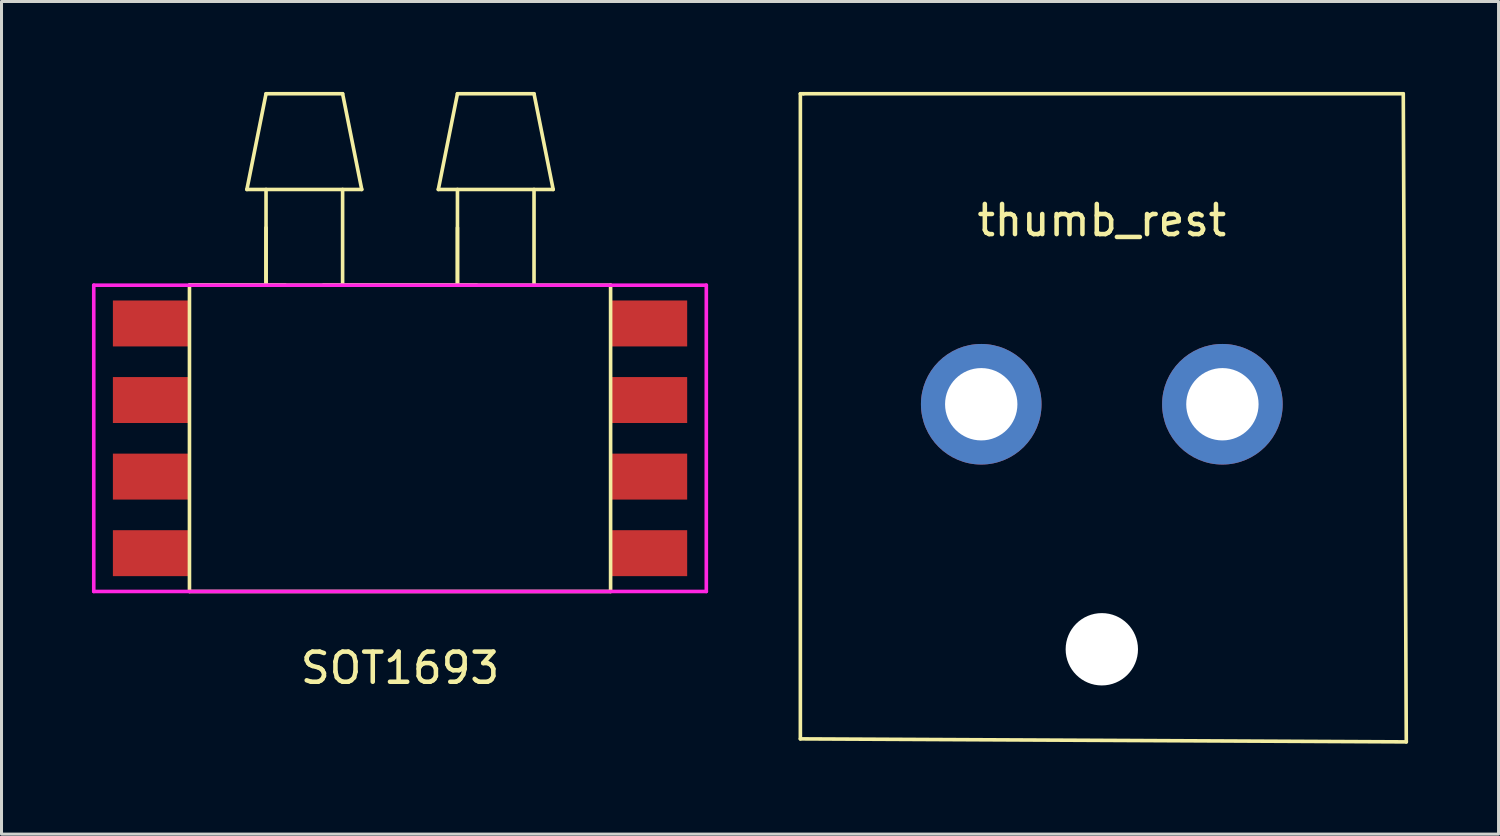
<source format=kicad_pcb>
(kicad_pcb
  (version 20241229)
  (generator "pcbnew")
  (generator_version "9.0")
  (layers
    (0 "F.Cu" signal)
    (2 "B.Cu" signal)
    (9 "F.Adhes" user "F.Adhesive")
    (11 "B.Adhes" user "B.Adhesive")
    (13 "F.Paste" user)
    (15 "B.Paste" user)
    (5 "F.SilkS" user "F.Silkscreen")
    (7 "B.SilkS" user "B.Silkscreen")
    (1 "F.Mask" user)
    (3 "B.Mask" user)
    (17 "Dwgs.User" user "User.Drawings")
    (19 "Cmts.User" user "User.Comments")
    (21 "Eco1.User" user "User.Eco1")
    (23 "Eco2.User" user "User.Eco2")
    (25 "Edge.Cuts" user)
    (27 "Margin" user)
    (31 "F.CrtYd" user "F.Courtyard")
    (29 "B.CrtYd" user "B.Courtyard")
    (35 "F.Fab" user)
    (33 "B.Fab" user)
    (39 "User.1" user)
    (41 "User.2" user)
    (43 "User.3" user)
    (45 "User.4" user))
  (footprint "SOT1693"
    (layer "F.Cu")
    (at 10.22 11.49)
    (property "Reference" "SOT1693" (at 0 7.62 0) (layer "F.SilkS") (effects (font (size 1 1) (thickness 0.15))))
    (attr through_hole)
    (fp_line (start -6.985 -5.08) (end -6.985 5.08) (stroke (width 0.12) (type solid)) (layer "F.SilkS"))
    (fp_line (start -6.985 -5.08) (end -3.81 -5.08) (stroke (width 0.12) (type solid)) (layer "F.SilkS"))
    (fp_line (start -6.985 5.08) (end 6.985 5.08) (stroke (width 0.12) (type solid)) (layer "F.SilkS"))
    (fp_line (start -5.08 -8.255) (end -1.27 -8.255) (stroke (width 0.12) (type solid)) (layer "F.SilkS"))
    (fp_line (start -4.445 -11.43) (end -5.08 -8.255) (stroke (width 0.12) (type solid)) (layer "F.SilkS"))
    (fp_line (start -4.445 -11.43) (end -1.905 -11.43) (stroke (width 0.12) (type solid)) (layer "F.SilkS"))
    (fp_line (start -4.445 -5.08) (end -4.445 -8.255) (stroke (width 0.12) (type solid)) (layer "F.SilkS"))
    (fp_line (start -4.445 -5.08) (end -4.445 -6.985) (stroke (width 0.12) (type solid)) (layer "F.SilkS"))
    (fp_line (start -2.54 -5.08) (end 2.54 -5.08) (stroke (width 0.12) (type solid)) (layer "F.SilkS"))
    (fp_line (start -1.905 -8.255) (end -1.905 -5.08) (stroke (width 0.12) (type solid)) (layer "F.SilkS"))
    (fp_line (start -1.27 -8.255) (end -1.905 -11.43) (stroke (width 0.12) (type solid)) (layer "F.SilkS"))
    (fp_line (start 1.27 -8.255) (end 5.08 -8.255) (stroke (width 0.12) (type solid)) (layer "F.SilkS"))
    (fp_line (start 1.905 -11.43) (end 1.27 -8.255) (stroke (width 0.12) (type solid)) (layer "F.SilkS"))
    (fp_line (start 1.905 -11.43) (end 4.445 -11.43) (stroke (width 0.12) (type solid)) (layer "F.SilkS"))
    (fp_line (start 1.905 -5.08) (end 1.905 -8.255) (stroke (width 0.12) (type solid)) (layer "F.SilkS"))
    (fp_line (start 1.905 -5.08) (end 1.905 -6.985) (stroke (width 0.12) (type solid)) (layer "F.SilkS"))
    (fp_line (start 4.445 -8.255) (end 4.445 -5.08) (stroke (width 0.12) (type solid)) (layer "F.SilkS"))
    (fp_line (start 5.08 -8.255) (end 4.445 -11.43) (stroke (width 0.12) (type solid)) (layer "F.SilkS"))
    (fp_line (start 6.985 -5.08) (end -6.985 -5.08) (stroke (width 0.12) (type solid)) (layer "F.SilkS"))
    (fp_line (start 6.985 5.08) (end 6.985 -5.08) (stroke (width 0.12) (type solid)) (layer "F.SilkS"))
    (fp_line (start -10.16 -5.08) (end 10.16 -5.08) (stroke (width 0.12) (type solid)) (layer "F.CrtYd"))
    (fp_line (start -10.16 5.08) (end -10.16 -5.08) (stroke (width 0.12) (type solid)) (layer "F.CrtYd"))
    (fp_line (start 10.16 -5.08) (end 10.16 5.08) (stroke (width 0.12) (type solid)) (layer "F.CrtYd"))
    (fp_line (start 10.16 5.08) (end -10.16 5.08) (stroke (width 0.12) (type solid)) (layer "F.CrtYd"))
    (pad "1" smd rect (at -8.255 -3.81) (size 2.54 1.524) (layers "F.Cu" "F.Mask" "F.Paste"))
    (pad "2" smd rect (at -8.255 -1.27) (size 2.54 1.524) (layers "F.Cu" "F.Mask" "F.Paste"))
    (pad "3" smd rect (at -8.255 1.27) (size 2.54 1.524) (layers "F.Cu" "F.Mask" "F.Paste"))
    (pad "4" smd rect (at -8.255 3.81) (size 2.54 1.524) (layers "F.Cu" "F.Mask" "F.Paste"))
    (pad "5" smd rect (at 8.255 3.81) (size 2.54 1.524) (layers "F.Cu" "F.Mask" "F.Paste"))
    (pad "6" smd rect (at 8.255 1.27) (size 2.54 1.524) (layers "F.Cu" "F.Mask" "F.Paste"))
    (pad "7" smd rect (at 8.255 -1.27) (size 2.54 1.524) (layers "F.Cu" "F.Mask" "F.Paste"))
    (pad "8" smd rect (at 8.255 -3.81) (size 2.54 1.524) (layers "F.Cu" "F.Mask" "F.Paste")))
  (footprint "thumb_rest"
    (layer "F.Cu")
    (at 33.5 10.36)
    (property "Reference" "thumb_rest" (at 0 -6.1 0) (layer "F.SilkS") (effects (font (size 1 1) (thickness 0.15))))
    (attr through_hole)
    (fp_line (start -10 -10.3) (end -9.9 -10.3) (stroke (width 0.12) (type solid)) (layer "F.SilkS"))
    (fp_line (start -10 11.1) (end -10 -10.3) (stroke (width 0.12) (type solid)) (layer "F.SilkS"))
    (fp_line (start -9.9 -10.3) (end 10 -10.3) (stroke (width 0.12) (type solid)) (layer "F.SilkS"))
    (fp_line (start 10 -10.3) (end 10.1 11.2) (stroke (width 0.12) (type solid)) (layer "F.SilkS"))
    (fp_line (start 10.1 11.2) (end -10 11.1) (stroke (width 0.12) (type solid)) (layer "F.SilkS"))
    (pad "" np_thru_hole circle (at -4 0) (size 4 4) (drill 2.4) (layers "*.Cu" "*.Mask"))
    (pad "" np_thru_hole circle (at 0 8.128) (size 2.4 2.4) (drill 2.4) (layers "*.Cu" "*.Mask"))
    (pad "" np_thru_hole circle (at 4 0) (size 4 4) (drill 2.4) (layers "*.Cu" "*.Mask")))
  (gr_rect
    (start -3 -3)
    (end 46.66 24.62)
    (stroke (width 0.1) (type default))
    (fill no)
    (layer "Edge.Cuts")))
</source>
